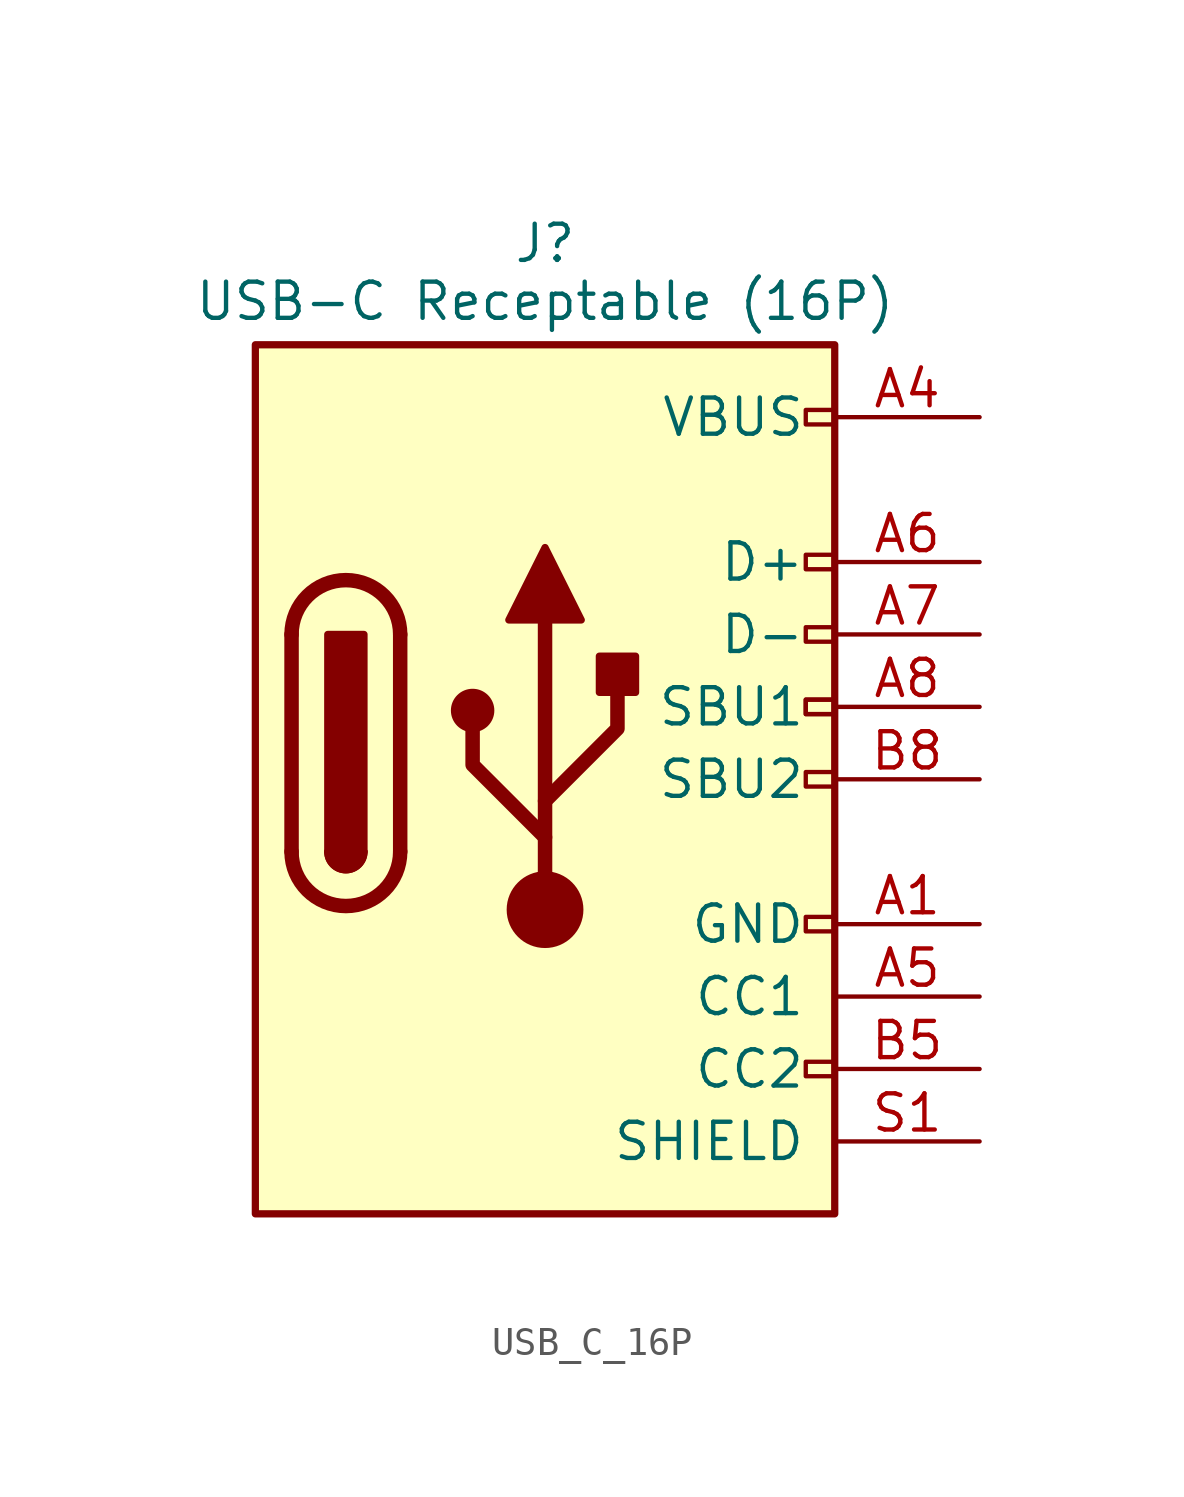
<source format=kicad_sym>
(kicad_symbol_lib
  (version 20241209)
  (generator "kicad_symbol_editor")
  (generator_version "9.0")
  (symbol "USB_C_16P"
    (pin_names
      (offset 1.016))
    (property "Reference" "J"
      (at 0 31.496 0)
      (effects (font (size 1.27 1.27))))
    (property "Value" "USB-C Receptable (16P)"
      (at 0 29.464 0)
      (effects (font (size 1.27 1.27))))
    (symbol "USB_C_16P_0_0"
      (rectangle (start 10.16 25.654) (end 9.144 25.146) (stroke (width 0) (type default)) (fill (type none)))
      (rectangle (start 10.16 20.574) (end 9.144 20.066) (stroke (width 0) (type default)) (fill (type none)))
      (rectangle (start 10.16 18.034) (end 9.144 17.526) (stroke (width 0) (type default)) (fill (type none)))
      (rectangle (start 10.16 15.494) (end 9.144 14.986) (stroke (width 0) (type default)) (fill (type none)))
      (rectangle (start 10.16 15.494) (end 9.144 14.986) (stroke (width 0) (type default)) (fill (type none)))
      (rectangle (start 10.16 12.954) (end 9.144 12.446) (stroke (width 0) (type default)) (fill (type none)))
      (rectangle (start 10.16 7.366) (end 9.144 7.874) (stroke (width 0) (type default)) (fill (type none)))
      (rectangle (start 10.16 2.794) (end 9.144 2.286) (stroke (width 0) (type default)) (fill (type none))))
    (symbol "USB_C_16P_0_1"
      (rectangle (start -10.16 27.94) (end 10.16 -2.54) (stroke (width 0.254) (type default)) (fill (type background)))
      (polyline (pts (xy -8.89 10.16) (xy -8.89 17.78)) (stroke (width 0.508) (type default)) (fill (type none)))
      (rectangle (start -7.62 10.16) (end -6.35 17.78) (stroke (width 0.254) (type default)) (fill (type outline)))
      (arc (start -8.89 17.78) (mid -6.985 19.6767) (end -5.08 17.78) (stroke (width 0.508) (type default)) (fill (type none)))
      (arc (start -5.08 10.16) (mid -6.985 8.2633) (end -8.89 10.16) (stroke (width 0.508) (type default)) (fill (type none)))
      (arc (start -6.35 10.16) (mid -6.985 9.5277) (end -7.62 10.16) (stroke (width 0.254) (type default)) (fill (type none)))
      (arc (start -6.35 10.16) (mid -6.985 9.5277) (end -7.62 10.16) (stroke (width 0.254) (type default)) (fill (type outline)))
      (polyline (pts (xy -5.08 17.78) (xy -5.08 10.16)) (stroke (width 0.508) (type default)) (fill (type none))))
    (symbol "USB_C_16P_1_1"
      (circle (center -2.54 15.113) (radius 0.635) (stroke (width 0.254) (type default)) (fill (type outline)))
      (polyline (pts (xy -1.27 18.288) (xy 0 20.828) (xy 1.27 18.288) (xy -1.27 18.288)) (stroke (width 0.254) (type default)) (fill (type outline)))
      (polyline (pts (xy 0 11.938) (xy 2.54 14.478) (xy 2.54 15.748)) (stroke (width 0.508) (type default)) (fill (type none)))
      (polyline (pts (xy 0 10.668) (xy -2.54 13.208) (xy -2.54 14.478)) (stroke (width 0.508) (type default)) (fill (type none)))
      (circle (center 0 8.128) (radius 1.27) (stroke (width 0) (type default)) (fill (type outline)))
      (polyline (pts (xy 0 8.128) (xy 0 18.288)) (stroke (width 0.508) (type default)) (fill (type none)))
      (rectangle (start 1.905 15.748) (end 3.175 17.018) (stroke (width 0.254) (type default)) (fill (type outline)))
      (pin passive line (at 15.24 25.4 180) (length 5.08) (name "VBUS" (effects (font (size 1.27 1.27)))) (number "A4" (effects (font (size 1.27 1.27)))))
      (pin passive line (at 15.24 25.4 180) (length 5.08) (hide yes) (name "VBUS" (effects (font (size 1.27 1.27)))) (number "A9" (effects (font (size 1.27 1.27)))))
      (pin passive line (at 15.24 25.4 180) (length 5.08) (hide yes) (name "VBUS" (effects (font (size 1.27 1.27)))) (number "B4" (effects (font (size 1.27 1.27)))))
      (pin passive line (at 15.24 25.4 180) (length 5.08) (hide yes) (name "VBUS" (effects (font (size 1.27 1.27)))) (number "B9" (effects (font (size 1.27 1.27)))))
      (pin bidirectional line (at 15.24 20.32 180) (length 5.08) (name "D+" (effects (font (size 1.27 1.27)))) (number "A6" (effects (font (size 1.27 1.27)))))
      (pin bidirectional line (at 15.24 20.32 180) (length 5.08) (hide yes) (name "D+" (effects (font (size 1.27 1.27)))) (number "B6" (effects (font (size 1.27 1.27)))))
      (pin bidirectional line (at 15.24 17.78 180) (length 5.08) (name "D-" (effects (font (size 1.27 1.27)))) (number "A7" (effects (font (size 1.27 1.27)))))
      (pin bidirectional line (at 15.24 17.78 180) (length 5.08) (hide yes) (name "D-" (effects (font (size 1.27 1.27)))) (number "B7" (effects (font (size 1.27 1.27)))))
      (pin bidirectional line (at 15.24 15.24 180) (length 5.08) (name "SBU1" (effects (font (size 1.27 1.27)))) (number "A8" (effects (font (size 1.27 1.27)))))
      (pin bidirectional line (at 15.24 12.7 180) (length 5.08) (name "SBU2" (effects (font (size 1.27 1.27)))) (number "B8" (effects (font (size 1.27 1.27)))))
      (pin passive line (at 15.24 7.62 180) (length 5.08) (name "GND" (effects (font (size 1.27 1.27)))) (number "A1" (effects (font (size 1.27 1.27)))))
      (pin passive line (at 15.24 7.62 180) (length 5.08) (hide yes) (name "GND" (effects (font (size 1.27 1.27)))) (number "A12" (effects (font (size 1.27 1.27)))))
      (pin passive line (at 15.24 7.62 180) (length 5.08) (hide yes) (name "GND" (effects (font (size 1.27 1.27)))) (number "B1" (effects (font (size 1.27 1.27)))))
      (pin passive line (at 15.24 7.62 180) (length 5.08) (hide yes) (name "GND" (effects (font (size 1.27 1.27)))) (number "B12" (effects (font (size 1.27 1.27)))))
      (pin passive line (at 15.24 5.08 180) (length 5.08) (name "CC1" (effects (font (size 1.27 1.27)))) (number "A5" (effects (font (size 1.27 1.27)))))
      (pin passive line (at 15.24 2.54 180) (length 5.08) (name "CC2" (effects (font (size 1.27 1.27)))) (number "B5" (effects (font (size 1.27 1.27)))))
      (pin passive line (at 15.24 0 180) (length 5.08) (name "SHIELD" (effects (font (size 1.27 1.27)))) (number "S1" (effects (font (size 1.27 1.27))))))))
</source>
